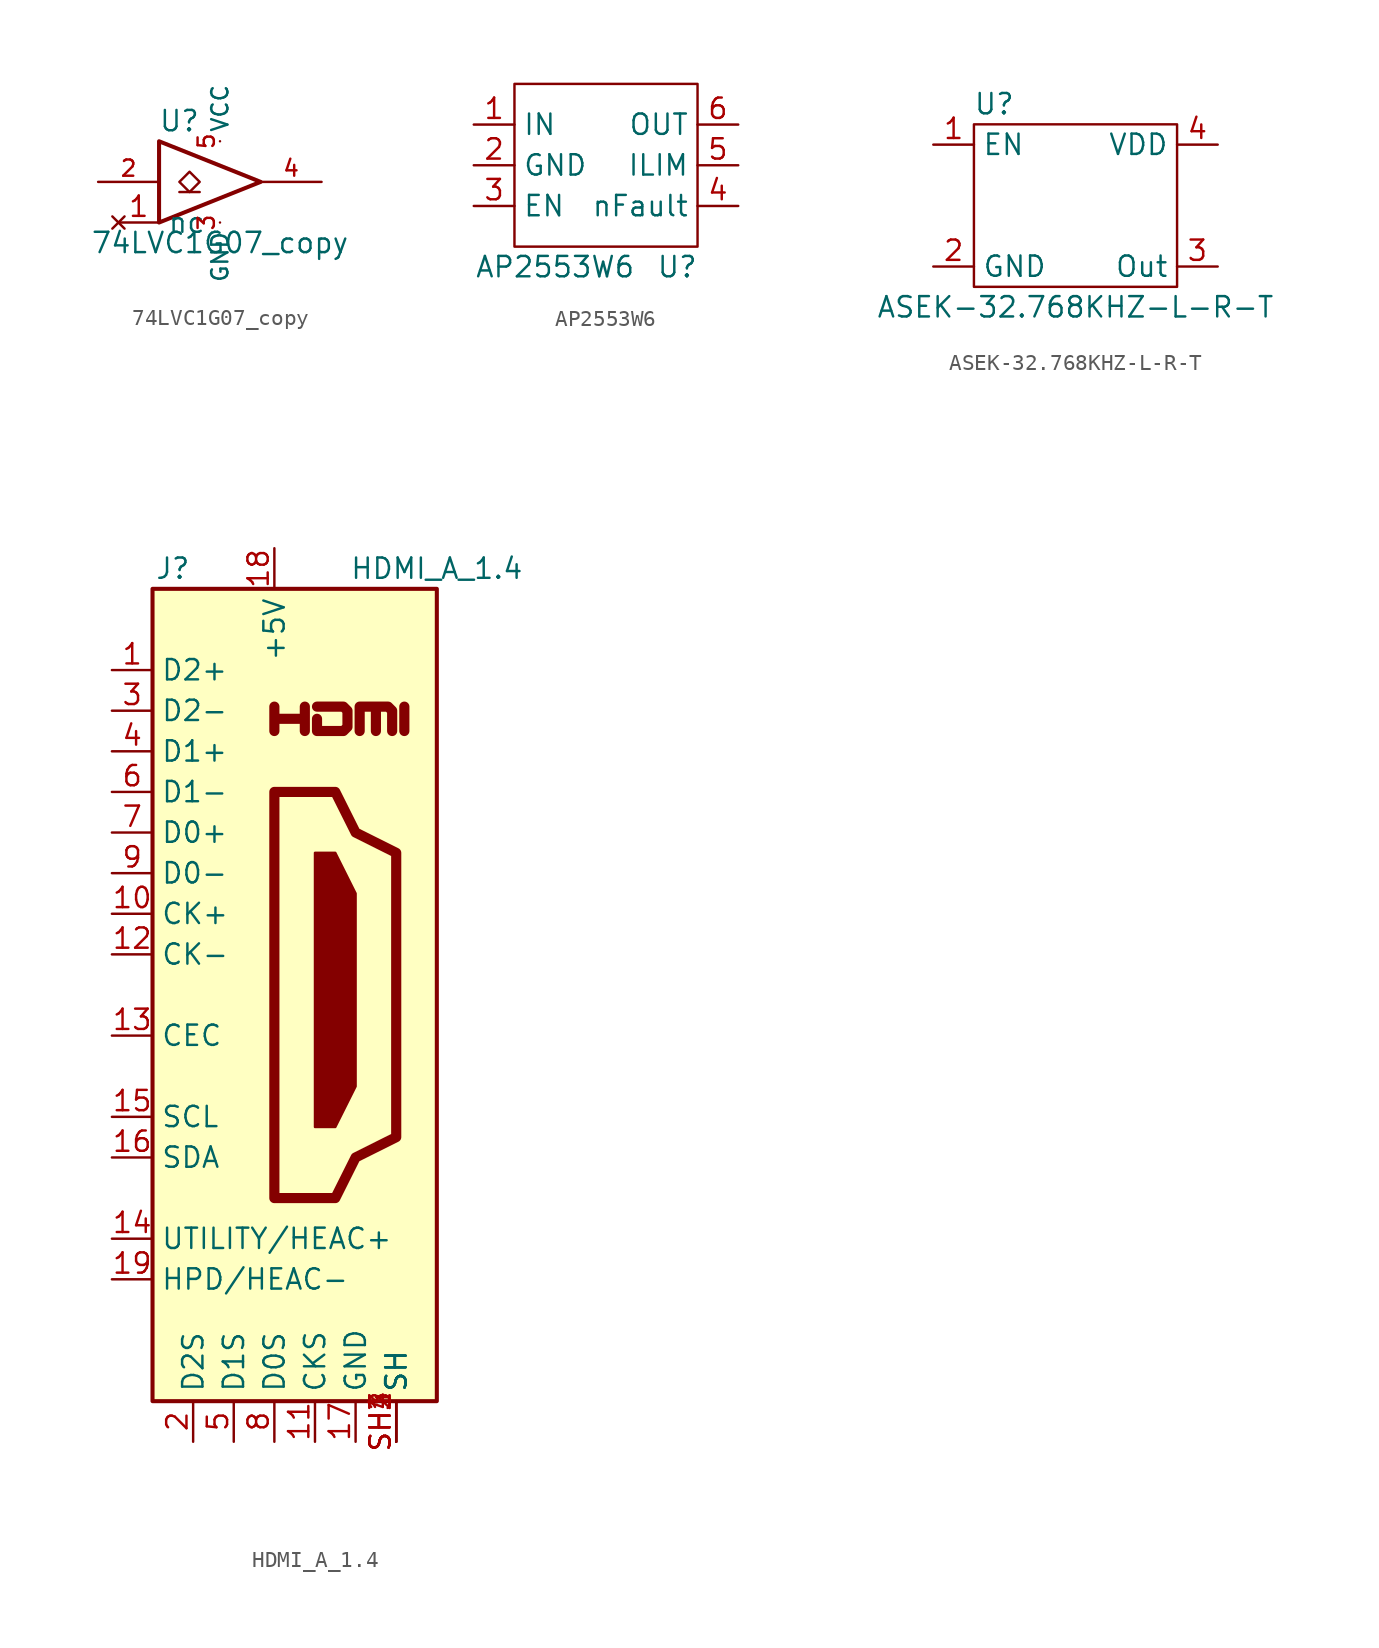
<source format=kicad_sym>
(kicad_symbol_lib
  (version 20241209)
  (generator "kicad_symbol_editor")
  (generator_version "9.0")
  (symbol "74LVC1G07_copy"
    (property "Reference" "U"
      (at -2.54 3.81 0)
      (effects (font (size 1.27 1.27))))
    (property "Value" "74LVC1G07_copy"
      (at 0 -3.81 0)
      (effects (font (size 1.27 1.27))))
    (symbol "74LVC1G07_copy_0_1"
      (polyline (pts (xy -3.81 2.54) (xy -3.81 -2.54) (xy 2.54 0) (xy -3.81 2.54)) (stroke (width 0.254) (type default)) (fill (type none)))
      (polyline (pts (xy -2.54 -0.635) (xy -1.27 -0.635)) (stroke (width 0) (type default)) (fill (type none)))
      (polyline (pts (xy -1.905 0.635) (xy -2.54 0) (xy -1.905 -0.635) (xy -1.27 0) (xy -1.905 0.635)) (stroke (width 0) (type default)) (fill (type none))))
    (symbol "74LVC1G07_copy_1_1"
      (pin input line (at -7.62 0 0) (length 3.81) (name "~" (effects (font (size 1.016 1.016)))) (number "2" (effects (font (size 1.016 1.016)))))
      (pin no_connect line (at -6.35 -2.54 0) (length 2.54) (name "nc" (effects (font (size 1.27 1.27)))) (number "1" (effects (font (size 1.27 1.27)))))
      (pin power_in line (at 0 2.54 90) (length 0) (name "VCC" (effects (font (size 1.016 1.016)))) (number "5" (effects (font (size 1.016 1.016)))))
      (pin power_in line (at 0 -2.54 270) (length 0) (name "GND" (effects (font (size 1.016 1.016)))) (number "3" (effects (font (size 1.016 1.016)))))
      (pin open_collector line (at 6.35 0 180) (length 3.81) (name "~" (effects (font (size 1.016 1.016)))) (number "4" (effects (font (size 1.016 1.016)))))))
  (symbol "AP2553W6"
    (property "Reference" "U"
      (at 3.81 -6.35 0)
      (effects (font (size 1.27 1.27))))
    (property "Value" "AP2553W6"
      (at -3.81 -6.35 0)
      (effects (font (size 1.27 1.27))))
    (symbol "AP2553W6_0_0"
      (pin power_in line (at -8.89 2.54 0) (length 2.54) (name "IN" (effects (font (size 1.27 1.27)))) (number "1" (effects (font (size 1.27 1.27)))))
      (pin power_in line (at -8.89 0 0) (length 2.54) (name "GND" (effects (font (size 1.27 1.27)))) (number "2" (effects (font (size 1.27 1.27)))))
      (pin input line (at -8.89 -2.54 0) (length 2.54) (name "EN" (effects (font (size 1.27 1.27)))) (number "3" (effects (font (size 1.27 1.27)))))
      (pin power_out line (at 7.62 2.54 180) (length 2.54) (name "OUT" (effects (font (size 1.27 1.27)))) (number "6" (effects (font (size 1.27 1.27)))))
      (pin passive line (at 7.62 0 180) (length 2.54) (name "ILIM" (effects (font (size 1.27 1.27)))) (number "5" (effects (font (size 1.27 1.27)))))
      (pin open_collector line (at 7.62 -2.54 180) (length 2.54) (name "nFault" (effects (font (size 1.27 1.27)))) (number "4" (effects (font (size 1.27 1.27))))))
    (symbol "AP2553W6_0_1"
      (rectangle (start -6.35 5.08) (end 5.08 -5.08) (stroke (width 0) (type default)) (fill (type none)))))
  (symbol "ASEK-32.768KHZ-L-R-T"
    (property "Reference" "U"
      (at -5.08 6.35 0)
      (effects (font (size 1.27 1.27))))
    (property "Value" "ASEK-32.768KHZ-L-R-T"
      (at 0 -6.35 0)
      (effects (font (size 1.27 1.27))))
    (symbol "ASEK-32.768KHZ-L-R-T_0_1"
      (rectangle (start -6.35 5.08) (end 6.35 -5.08) (stroke (width 0) (type default)) (fill (type none))))
    (symbol "ASEK-32.768KHZ-L-R-T_1_1"
      (pin input line (at -8.89 3.81 0) (length 2.54) (name "EN" (effects (font (size 1.27 1.27)))) (number "1" (effects (font (size 1.27 1.27)))))
      (pin power_in line (at -8.89 -3.81 0) (length 2.54) (name "GND" (effects (font (size 1.27 1.27)))) (number "2" (effects (font (size 1.27 1.27)))))
      (pin power_in line (at 8.89 3.81 180) (length 2.54) (name "VDD" (effects (font (size 1.27 1.27)))) (number "4" (effects (font (size 1.27 1.27)))))
      (pin output line (at 8.89 -3.81 180) (length 2.54) (name "Out" (effects (font (size 1.27 1.27)))) (number "3" (effects (font (size 1.27 1.27)))))))
  (symbol "HDMI_A_1.4"
    (property "Reference" "J"
      (at -6.35 26.67 0)
      (effects (font (size 1.27 1.27))))
    (property "Value" "HDMI_A_1.4"
      (at 10.16 26.67 0)
      (effects (font (size 1.27 1.27))))
    (symbol "HDMI_A_1.4_0_0"
      (polyline (pts (xy 0 16.51) (xy 0 18.034) (xy 0 17.272) (xy 1.905 17.272) (xy 1.905 18.034) (xy 1.905 16.51)) (stroke (width 0.635) (type default)) (fill (type none)))
      (polyline (pts (xy 2.667 18.034) (xy 4.318 18.034) (xy 4.572 17.78) (xy 4.572 16.764) (xy 4.318 16.51) (xy 2.667 16.51) (xy 2.667 17.272)) (stroke (width 0.635) (type default)) (fill (type none)))
      (polyline (pts (xy 8.128 16.51) (xy 8.128 18.034)) (stroke (width 0.635) (type default)) (fill (type none)))
      (pin passive line (at 7.62 -27.94 90) (length 2.54) (name "SH" (effects (font (size 1.27 1.27)))) (number "SH2" (effects (font (size 1.27 1.27)))))
      (pin passive line (at 7.62 -27.94 90) (length 2.54) (name "SH" (effects (font (size 1.27 1.27)))) (number "SH3" (effects (font (size 1.27 1.27)))))
      (pin passive line (at 7.62 -27.94 90) (length 2.54) (name "SH" (effects (font (size 1.27 1.27)))) (number "SH4" (effects (font (size 1.27 1.27))))))
    (symbol "HDMI_A_1.4_0_1"
      (rectangle (start -7.62 25.4) (end 10.16 -25.4) (stroke (width 0.254) (type default)) (fill (type background)))
      (polyline (pts (xy 0 12.7) (xy 0 -12.7) (xy 3.81 -12.7) (xy 5.08 -10.16) (xy 7.62 -8.89) (xy 7.62 8.89) (xy 5.08 10.16) (xy 3.81 12.7) (xy 0 12.7)) (stroke (width 0.635) (type default)) (fill (type none)))
      (polyline (pts (xy 2.54 8.89) (xy 3.81 8.89) (xy 5.08 6.35) (xy 5.08 -5.715) (xy 3.81 -8.255) (xy 2.54 -8.255) (xy 2.54 8.89)) (stroke (width 0) (type default)) (fill (type outline)))
      (polyline (pts (xy 5.334 16.51) (xy 5.334 18.034) (xy 6.35 18.034) (xy 6.35 16.51) (xy 6.35 18.034) (xy 7.112 18.034) (xy 7.366 17.78) (xy 7.366 16.51)) (stroke (width 0.635) (type default)) (fill (type none))))
    (symbol "HDMI_A_1.4_1_1"
      (pin passive line (at -10.16 20.32 0) (length 2.54) (name "D2+" (effects (font (size 1.27 1.27)))) (number "1" (effects (font (size 1.27 1.27)))))
      (pin passive line (at -10.16 17.78 0) (length 2.54) (name "D2-" (effects (font (size 1.27 1.27)))) (number "3" (effects (font (size 1.27 1.27)))))
      (pin passive line (at -10.16 15.24 0) (length 2.54) (name "D1+" (effects (font (size 1.27 1.27)))) (number "4" (effects (font (size 1.27 1.27)))))
      (pin passive line (at -10.16 12.7 0) (length 2.54) (name "D1-" (effects (font (size 1.27 1.27)))) (number "6" (effects (font (size 1.27 1.27)))))
      (pin passive line (at -10.16 10.16 0) (length 2.54) (name "D0+" (effects (font (size 1.27 1.27)))) (number "7" (effects (font (size 1.27 1.27)))))
      (pin passive line (at -10.16 7.62 0) (length 2.54) (name "D0-" (effects (font (size 1.27 1.27)))) (number "9" (effects (font (size 1.27 1.27)))))
      (pin passive line (at -10.16 5.08 0) (length 2.54) (name "CK+" (effects (font (size 1.27 1.27)))) (number "10" (effects (font (size 1.27 1.27)))))
      (pin passive line (at -10.16 2.54 0) (length 2.54) (name "CK-" (effects (font (size 1.27 1.27)))) (number "12" (effects (font (size 1.27 1.27)))))
      (pin bidirectional line (at -10.16 -2.54 0) (length 2.54) (name "CEC" (effects (font (size 1.27 1.27)))) (number "13" (effects (font (size 1.27 1.27)))))
      (pin passive line (at -10.16 -7.62 0) (length 2.54) (name "SCL" (effects (font (size 1.27 1.27)))) (number "15" (effects (font (size 1.27 1.27)))))
      (pin bidirectional line (at -10.16 -10.16 0) (length 2.54) (name "SDA" (effects (font (size 1.27 1.27)))) (number "16" (effects (font (size 1.27 1.27)))))
      (pin passive line (at -10.16 -15.24 0) (length 2.54) (name "UTILITY/HEAC+" (effects (font (size 1.27 1.27)))) (number "14" (effects (font (size 1.27 1.27)))))
      (pin passive line (at -10.16 -17.78 0) (length 2.54) (name "HPD/HEAC-" (effects (font (size 1.27 1.27)))) (number "19" (effects (font (size 1.27 1.27)))))
      (pin power_in line (at -5.08 -27.94 90) (length 2.54) (name "D2S" (effects (font (size 1.27 1.27)))) (number "2" (effects (font (size 1.27 1.27)))))
      (pin power_in line (at -2.54 -27.94 90) (length 2.54) (name "D1S" (effects (font (size 1.27 1.27)))) (number "5" (effects (font (size 1.27 1.27)))))
      (pin power_in line (at 0 27.94 270) (length 2.54) (name "+5V" (effects (font (size 1.27 1.27)))) (number "18" (effects (font (size 1.27 1.27)))))
      (pin power_in line (at 0 -27.94 90) (length 2.54) (name "D0S" (effects (font (size 1.27 1.27)))) (number "8" (effects (font (size 1.27 1.27)))))
      (pin power_in line (at 2.54 -27.94 90) (length 2.54) (name "CKS" (effects (font (size 1.27 1.27)))) (number "11" (effects (font (size 1.27 1.27)))))
      (pin power_in line (at 5.08 -27.94 90) (length 2.54) (name "GND" (effects (font (size 1.27 1.27)))) (number "17" (effects (font (size 1.27 1.27)))))
      (pin passive line (at 7.62 -27.94 90) (length 2.54) (name "SH" (effects (font (size 1.27 1.27)))) (number "SH1" (effects (font (size 1.27 1.27))))))))
</source>
